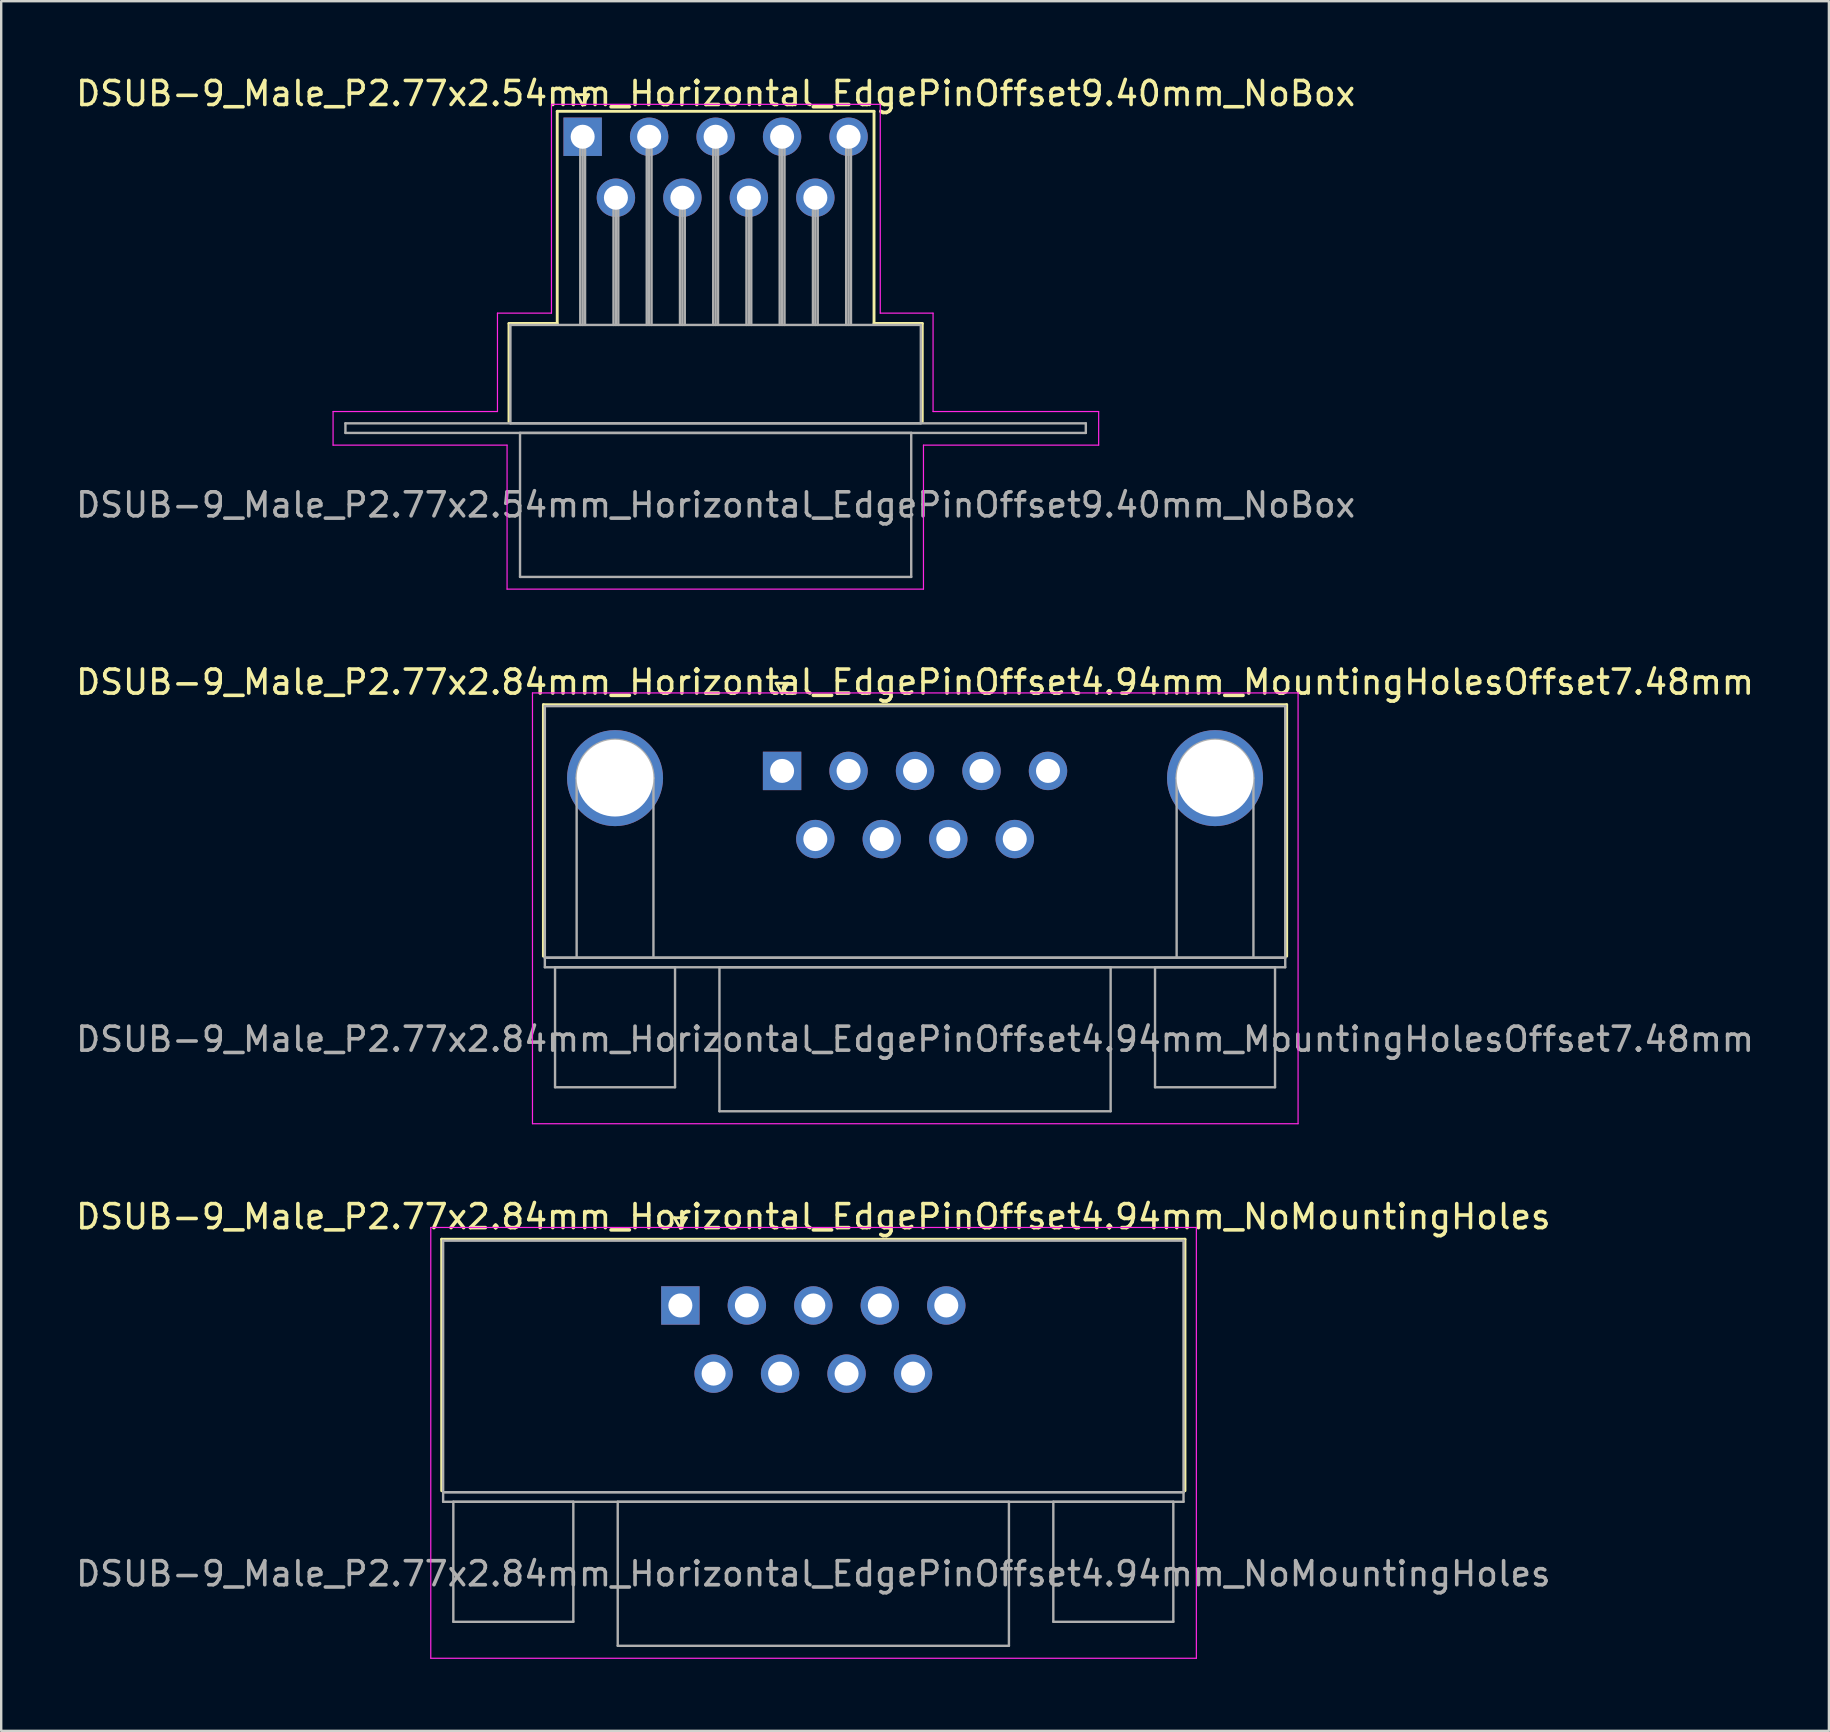
<source format=kicad_pcb>
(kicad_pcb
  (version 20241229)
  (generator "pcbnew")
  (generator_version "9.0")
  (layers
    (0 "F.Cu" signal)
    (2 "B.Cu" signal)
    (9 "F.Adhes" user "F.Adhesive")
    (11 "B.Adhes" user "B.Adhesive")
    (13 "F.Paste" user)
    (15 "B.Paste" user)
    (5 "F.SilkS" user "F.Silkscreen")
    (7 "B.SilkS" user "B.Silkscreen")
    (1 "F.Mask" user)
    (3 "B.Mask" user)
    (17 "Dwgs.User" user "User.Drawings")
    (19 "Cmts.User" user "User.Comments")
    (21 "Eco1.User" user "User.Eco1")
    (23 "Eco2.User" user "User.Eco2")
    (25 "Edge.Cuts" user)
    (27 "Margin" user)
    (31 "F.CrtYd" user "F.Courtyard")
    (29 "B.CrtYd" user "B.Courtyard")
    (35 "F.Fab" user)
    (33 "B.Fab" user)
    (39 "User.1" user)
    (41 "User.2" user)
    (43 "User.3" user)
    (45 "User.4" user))
  (footprint "DSUB-9_Male_P2.77x2.84mm_Horizontal_EdgePinOffset4.94mm_NoMountingHoles"
    (layer "F.Cu")
    (at 25.299 51.345)
    (property "Reference" "DSUB-9_Male_P2.77x2.84mm_Horizontal_EdgePinOffset4.94mm_NoMountingHoles" (at 5.54 -3.7 0) (layer "F.SilkS") (effects (font (size 1 1) (thickness 0.15))))
    (attr through_hole)
    (fp_line (start -9.945 -2.76) (end 21.025 -2.76) (stroke (width 0.12) (type solid)) (layer "F.SilkS"))
    (fp_line (start -9.945 7.72) (end -9.945 -2.76) (stroke (width 0.12) (type solid)) (layer "F.SilkS"))
    (fp_line (start -0.25 -3.654) (end 0.25 -3.654) (stroke (width 0.12) (type solid)) (layer "F.SilkS"))
    (fp_line (start 0 -3.221) (end -0.25 -3.654) (stroke (width 0.12) (type solid)) (layer "F.SilkS"))
    (fp_line (start 0.25 -3.654) (end 0 -3.221) (stroke (width 0.12) (type solid)) (layer "F.SilkS"))
    (fp_line (start 21.025 -2.76) (end 21.025 7.72) (stroke (width 0.12) (type solid)) (layer "F.SilkS"))
    (fp_line (start -10.4 -3.25) (end -10.4 14.7) (stroke (width 0.05) (type solid)) (layer "F.CrtYd"))
    (fp_line (start -10.4 14.7) (end 21.5 14.7) (stroke (width 0.05) (type solid)) (layer "F.CrtYd"))
    (fp_line (start 21.5 -3.25) (end -10.4 -3.25) (stroke (width 0.05) (type solid)) (layer "F.CrtYd"))
    (fp_line (start 21.5 14.7) (end 21.5 -3.25) (stroke (width 0.05) (type solid)) (layer "F.CrtYd"))
    (fp_line (start -9.885 -2.7) (end -9.885 7.78) (stroke (width 0.1) (type solid)) (layer "F.Fab"))
    (fp_line (start -9.885 7.78) (end -9.885 8.18) (stroke (width 0.1) (type solid)) (layer "F.Fab"))
    (fp_line (start -9.885 7.78) (end 20.965 7.78) (stroke (width 0.1) (type solid)) (layer "F.Fab"))
    (fp_line (start -9.885 8.18) (end 20.965 8.18) (stroke (width 0.1) (type solid)) (layer "F.Fab"))
    (fp_line (start -9.46 8.18) (end -9.46 13.18) (stroke (width 0.1) (type solid)) (layer "F.Fab"))
    (fp_line (start -9.46 13.18) (end -4.46 13.18) (stroke (width 0.1) (type solid)) (layer "F.Fab"))
    (fp_line (start -4.46 8.18) (end -9.46 8.18) (stroke (width 0.1) (type solid)) (layer "F.Fab"))
    (fp_line (start -4.46 13.18) (end -4.46 8.18) (stroke (width 0.1) (type solid)) (layer "F.Fab"))
    (fp_line (start -2.61 8.18) (end -2.61 14.18) (stroke (width 0.1) (type solid)) (layer "F.Fab"))
    (fp_line (start -2.61 14.18) (end 13.69 14.18) (stroke (width 0.1) (type solid)) (layer "F.Fab"))
    (fp_line (start 13.69 8.18) (end -2.61 8.18) (stroke (width 0.1) (type solid)) (layer "F.Fab"))
    (fp_line (start 13.69 14.18) (end 13.69 8.18) (stroke (width 0.1) (type solid)) (layer "F.Fab"))
    (fp_line (start 15.54 8.18) (end 15.54 13.18) (stroke (width 0.1) (type solid)) (layer "F.Fab"))
    (fp_line (start 15.54 13.18) (end 20.54 13.18) (stroke (width 0.1) (type solid)) (layer "F.Fab"))
    (fp_line (start 20.54 8.18) (end 15.54 8.18) (stroke (width 0.1) (type solid)) (layer "F.Fab"))
    (fp_line (start 20.54 13.18) (end 20.54 8.18) (stroke (width 0.1) (type solid)) (layer "F.Fab"))
    (fp_line (start 20.965 -2.7) (end -9.885 -2.7) (stroke (width 0.1) (type solid)) (layer "F.Fab"))
    (fp_line (start 20.965 7.78) (end -9.885 7.78) (stroke (width 0.1) (type solid)) (layer "F.Fab"))
    (fp_line (start 20.965 7.78) (end 20.965 -2.7) (stroke (width 0.1) (type solid)) (layer "F.Fab"))
    (fp_line (start 20.965 8.18) (end 20.965 7.78) (stroke (width 0.1) (type solid)) (layer "F.Fab"))
    (fp_text user "${REFERENCE}" (at 5.54 11.18 0) (layer "F.Fab") (effects (font (size 1 1) (thickness 0.15))))
    (pad "1" thru_hole rect (at 0 0) (size 1.6 1.6) (drill 1) (layers "*.Cu" "*.Mask"))
    (pad "2" thru_hole circle (at 2.77 0) (size 1.6 1.6) (drill 1) (layers "*.Cu" "*.Mask"))
    (pad "3" thru_hole circle (at 5.54 0) (size 1.6 1.6) (drill 1) (layers "*.Cu" "*.Mask"))
    (pad "4" thru_hole circle (at 8.31 0) (size 1.6 1.6) (drill 1) (layers "*.Cu" "*.Mask"))
    (pad "5" thru_hole circle (at 11.08 0) (size 1.6 1.6) (drill 1) (layers "*.Cu" "*.Mask"))
    (pad "6" thru_hole circle (at 1.385 2.84) (size 1.6 1.6) (drill 1) (layers "*.Cu" "*.Mask"))
    (pad "7" thru_hole circle (at 4.155 2.84) (size 1.6 1.6) (drill 1) (layers "*.Cu" "*.Mask"))
    (pad "8" thru_hole circle (at 6.925 2.84) (size 1.6 1.6) (drill 1) (layers "*.Cu" "*.Mask"))
    (pad "9" thru_hole circle (at 9.695 2.84) (size 1.6 1.6) (drill 1) (layers "*.Cu" "*.Mask")))
  (footprint "DSUB-9_Male_P2.77x2.54mm_Horizontal_EdgePinOffset9.40mm_NoBox"
    (layer "F.Cu")
    (at 21.228 2.648)
    (property "Reference" "DSUB-9_Male_P2.77x2.54mm_Horizontal_EdgePinOffset9.40mm_NoBox" (at 5.54 -1.8 0) (layer "F.SilkS") (effects (font (size 1 1) (thickness 0.15))))
    (attr through_hole)
    (fp_line (start -3.07 7.78) (end -1.06 7.78) (stroke (width 0.12) (type solid)) (layer "F.SilkS"))
    (fp_line (start -3.07 11.88) (end -3.07 7.78) (stroke (width 0.12) (type solid)) (layer "F.SilkS"))
    (fp_line (start -1.06 -1.06) (end 12.14 -1.06) (stroke (width 0.12) (type solid)) (layer "F.SilkS"))
    (fp_line (start -1.06 7.78) (end -1.06 -1.06) (stroke (width 0.12) (type solid)) (layer "F.SilkS"))
    (fp_line (start -0.25 -1.754) (end 0.25 -1.754) (stroke (width 0.12) (type solid)) (layer "F.SilkS"))
    (fp_line (start 0 -1.321) (end -0.25 -1.754) (stroke (width 0.12) (type solid)) (layer "F.SilkS"))
    (fp_line (start 0.25 -1.754) (end 0 -1.321) (stroke (width 0.12) (type solid)) (layer "F.SilkS"))
    (fp_line (start 12.14 -1.06) (end 12.14 7.78) (stroke (width 0.12) (type solid)) (layer "F.SilkS"))
    (fp_line (start 12.14 7.78) (end 14.15 7.78) (stroke (width 0.12) (type solid)) (layer "F.SilkS"))
    (fp_line (start 14.15 7.78) (end 14.15 11.88) (stroke (width 0.12) (type solid)) (layer "F.SilkS"))
    (fp_line (start -10.4 11.45) (end -3.55 11.45) (stroke (width 0.05) (type solid)) (layer "F.CrtYd"))
    (fp_line (start -10.4 12.85) (end -10.4 11.45) (stroke (width 0.05) (type solid)) (layer "F.CrtYd"))
    (fp_line (start -3.55 7.35) (end -1.3 7.35) (stroke (width 0.05) (type solid)) (layer "F.CrtYd"))
    (fp_line (start -3.55 11.45) (end -3.55 7.35) (stroke (width 0.05) (type solid)) (layer "F.CrtYd"))
    (fp_line (start -3.15 12.85) (end -10.4 12.85) (stroke (width 0.05) (type solid)) (layer "F.CrtYd"))
    (fp_line (start -3.15 18.85) (end -3.15 12.85) (stroke (width 0.05) (type solid)) (layer "F.CrtYd"))
    (fp_line (start -1.3 -1.35) (end 12.4 -1.35) (stroke (width 0.05) (type solid)) (layer "F.CrtYd"))
    (fp_line (start -1.3 7.35) (end -1.3 -1.35) (stroke (width 0.05) (type solid)) (layer "F.CrtYd"))
    (fp_line (start 12.4 -1.35) (end 12.4 7.35) (stroke (width 0.05) (type solid)) (layer "F.CrtYd"))
    (fp_line (start 12.4 7.35) (end 14.6 7.35) (stroke (width 0.05) (type solid)) (layer "F.CrtYd"))
    (fp_line (start 14.2 12.85) (end 14.2 18.85) (stroke (width 0.05) (type solid)) (layer "F.CrtYd"))
    (fp_line (start 14.2 18.85) (end -3.15 18.85) (stroke (width 0.05) (type solid)) (layer "F.CrtYd"))
    (fp_line (start 14.6 7.35) (end 14.6 11.45) (stroke (width 0.05) (type solid)) (layer "F.CrtYd"))
    (fp_line (start 14.6 11.45) (end 21.5 11.45) (stroke (width 0.05) (type solid)) (layer "F.CrtYd"))
    (fp_line (start 21.5 11.45) (end 21.5 12.85) (stroke (width 0.05) (type solid)) (layer "F.CrtYd"))
    (fp_line (start 21.5 12.85) (end 14.2 12.85) (stroke (width 0.05) (type solid)) (layer "F.CrtYd"))
    (fp_line (start -9.885 11.94) (end -9.885 12.34) (stroke (width 0.1) (type solid)) (layer "F.Fab"))
    (fp_line (start -9.885 12.34) (end 20.965 12.34) (stroke (width 0.1) (type solid)) (layer "F.Fab"))
    (fp_line (start -3.01 7.84) (end -3.01 11.94) (stroke (width 0.1) (type solid)) (layer "F.Fab"))
    (fp_line (start -3.01 11.94) (end 14.09 11.94) (stroke (width 0.1) (type solid)) (layer "F.Fab"))
    (fp_line (start -2.61 12.34) (end -2.61 18.34) (stroke (width 0.1) (type solid)) (layer "F.Fab"))
    (fp_line (start -2.61 18.34) (end 13.69 18.34) (stroke (width 0.1) (type solid)) (layer "F.Fab"))
    (fp_line (start -0.1 0) (end -0.1 7.84) (stroke (width 0.1) (type solid)) (layer "F.Fab"))
    (fp_line (start 0 0) (end 0 7.84) (stroke (width 0.1) (type solid)) (layer "F.Fab"))
    (fp_line (start 0.1 0) (end 0.1 7.84) (stroke (width 0.1) (type solid)) (layer "F.Fab"))
    (fp_line (start 1.285 2.54) (end 1.285 7.84) (stroke (width 0.1) (type solid)) (layer "F.Fab"))
    (fp_line (start 1.385 2.54) (end 1.385 7.84) (stroke (width 0.1) (type solid)) (layer "F.Fab"))
    (fp_line (start 1.485 2.54) (end 1.485 7.84) (stroke (width 0.1) (type solid)) (layer "F.Fab"))
    (fp_line (start 2.67 0) (end 2.67 7.84) (stroke (width 0.1) (type solid)) (layer "F.Fab"))
    (fp_line (start 2.77 0) (end 2.77 7.84) (stroke (width 0.1) (type solid)) (layer "F.Fab"))
    (fp_line (start 2.87 0) (end 2.87 7.84) (stroke (width 0.1) (type solid)) (layer "F.Fab"))
    (fp_line (start 4.055 2.54) (end 4.055 7.84) (stroke (width 0.1) (type solid)) (layer "F.Fab"))
    (fp_line (start 4.155 2.54) (end 4.155 7.84) (stroke (width 0.1) (type solid)) (layer "F.Fab"))
    (fp_line (start 4.255 2.54) (end 4.255 7.84) (stroke (width 0.1) (type solid)) (layer "F.Fab"))
    (fp_line (start 5.44 0) (end 5.44 7.84) (stroke (width 0.1) (type solid)) (layer "F.Fab"))
    (fp_line (start 5.54 0) (end 5.54 7.84) (stroke (width 0.1) (type solid)) (layer "F.Fab"))
    (fp_line (start 5.64 0) (end 5.64 7.84) (stroke (width 0.1) (type solid)) (layer "F.Fab"))
    (fp_line (start 6.825 2.54) (end 6.825 7.84) (stroke (width 0.1) (type solid)) (layer "F.Fab"))
    (fp_line (start 6.925 2.54) (end 6.925 7.84) (stroke (width 0.1) (type solid)) (layer "F.Fab"))
    (fp_line (start 7.025 2.54) (end 7.025 7.84) (stroke (width 0.1) (type solid)) (layer "F.Fab"))
    (fp_line (start 8.21 0) (end 8.21 7.84) (stroke (width 0.1) (type solid)) (layer "F.Fab"))
    (fp_line (start 8.31 0) (end 8.31 7.84) (stroke (width 0.1) (type solid)) (layer "F.Fab"))
    (fp_line (start 8.41 0) (end 8.41 7.84) (stroke (width 0.1) (type solid)) (layer "F.Fab"))
    (fp_line (start 9.595 2.54) (end 9.595 7.84) (stroke (width 0.1) (type solid)) (layer "F.Fab"))
    (fp_line (start 9.695 2.54) (end 9.695 7.84) (stroke (width 0.1) (type solid)) (layer "F.Fab"))
    (fp_line (start 9.795 2.54) (end 9.795 7.84) (stroke (width 0.1) (type solid)) (layer "F.Fab"))
    (fp_line (start 10.98 0) (end 10.98 7.84) (stroke (width 0.1) (type solid)) (layer "F.Fab"))
    (fp_line (start 11.08 0) (end 11.08 7.84) (stroke (width 0.1) (type solid)) (layer "F.Fab"))
    (fp_line (start 11.18 0) (end 11.18 7.84) (stroke (width 0.1) (type solid)) (layer "F.Fab"))
    (fp_line (start 13.69 12.34) (end -2.61 12.34) (stroke (width 0.1) (type solid)) (layer "F.Fab"))
    (fp_line (start 13.69 18.34) (end 13.69 12.34) (stroke (width 0.1) (type solid)) (layer "F.Fab"))
    (fp_line (start 14.09 7.84) (end -3.01 7.84) (stroke (width 0.1) (type solid)) (layer "F.Fab"))
    (fp_line (start 14.09 11.94) (end 14.09 7.84) (stroke (width 0.1) (type solid)) (layer "F.Fab"))
    (fp_line (start 20.965 11.94) (end -9.885 11.94) (stroke (width 0.1) (type solid)) (layer "F.Fab"))
    (fp_line (start 20.965 12.34) (end 20.965 11.94) (stroke (width 0.1) (type solid)) (layer "F.Fab"))
    (fp_text user "${REFERENCE}" (at 5.54 15.34 0) (layer "F.Fab") (effects (font (size 1 1) (thickness 0.15))))
    (pad "1" thru_hole rect (at 0 0) (size 1.6 1.6) (drill 1) (layers "*.Cu" "*.Mask"))
    (pad "2" thru_hole circle (at 2.77 0) (size 1.6 1.6) (drill 1) (layers "*.Cu" "*.Mask"))
    (pad "3" thru_hole circle (at 5.54 0) (size 1.6 1.6) (drill 1) (layers "*.Cu" "*.Mask"))
    (pad "4" thru_hole circle (at 8.31 0) (size 1.6 1.6) (drill 1) (layers "*.Cu" "*.Mask"))
    (pad "5" thru_hole circle (at 11.08 0) (size 1.6 1.6) (drill 1) (layers "*.Cu" "*.Mask"))
    (pad "6" thru_hole circle (at 1.385 2.54) (size 1.6 1.6) (drill 1) (layers "*.Cu" "*.Mask"))
    (pad "7" thru_hole circle (at 4.155 2.54) (size 1.6 1.6) (drill 1) (layers "*.Cu" "*.Mask"))
    (pad "8" thru_hole circle (at 6.925 2.54) (size 1.6 1.6) (drill 1) (layers "*.Cu" "*.Mask"))
    (pad "9" thru_hole circle (at 9.695 2.54) (size 1.6 1.6) (drill 1) (layers "*.Cu" "*.Mask")))
  (footprint "DSUB-9_Male_P2.77x2.84mm_Horizontal_EdgePinOffset4.94mm_MountingHolesOffset7.48mm"
    (layer "F.Cu")
    (at 29.537 29.072)
    (property "Reference" "DSUB-9_Male_P2.77x2.84mm_Horizontal_EdgePinOffset4.94mm_MountingHolesOffset7.48mm" (at 5.54 -3.7 0) (layer "F.SilkS") (effects (font (size 1 1) (thickness 0.15))))
    (attr through_hole)
    (fp_line (start -9.945 -2.76) (end 21.025 -2.76) (stroke (width 0.12) (type solid)) (layer "F.SilkS"))
    (fp_line (start -9.945 7.72) (end -9.945 -2.76) (stroke (width 0.12) (type solid)) (layer "F.SilkS"))
    (fp_line (start -0.25 -3.654) (end 0.25 -3.654) (stroke (width 0.12) (type solid)) (layer "F.SilkS"))
    (fp_line (start 0 -3.221) (end -0.25 -3.654) (stroke (width 0.12) (type solid)) (layer "F.SilkS"))
    (fp_line (start 0.25 -3.654) (end 0 -3.221) (stroke (width 0.12) (type solid)) (layer "F.SilkS"))
    (fp_line (start 21.025 -2.76) (end 21.025 7.72) (stroke (width 0.12) (type solid)) (layer "F.SilkS"))
    (fp_line (start -10.4 -3.25) (end -10.4 14.7) (stroke (width 0.05) (type solid)) (layer "F.CrtYd"))
    (fp_line (start -10.4 14.7) (end 21.5 14.7) (stroke (width 0.05) (type solid)) (layer "F.CrtYd"))
    (fp_line (start 21.5 -3.25) (end -10.4 -3.25) (stroke (width 0.05) (type solid)) (layer "F.CrtYd"))
    (fp_line (start 21.5 14.7) (end 21.5 -3.25) (stroke (width 0.05) (type solid)) (layer "F.CrtYd"))
    (fp_line (start -9.885 -2.7) (end -9.885 7.78) (stroke (width 0.1) (type solid)) (layer "F.Fab"))
    (fp_line (start -9.885 7.78) (end -9.885 8.18) (stroke (width 0.1) (type solid)) (layer "F.Fab"))
    (fp_line (start -9.885 7.78) (end 20.965 7.78) (stroke (width 0.1) (type solid)) (layer "F.Fab"))
    (fp_line (start -9.885 8.18) (end 20.965 8.18) (stroke (width 0.1) (type solid)) (layer "F.Fab"))
    (fp_line (start -9.46 8.18) (end -9.46 13.18) (stroke (width 0.1) (type solid)) (layer "F.Fab"))
    (fp_line (start -9.46 13.18) (end -4.46 13.18) (stroke (width 0.1) (type solid)) (layer "F.Fab"))
    (fp_line (start -8.56 7.78) (end -8.56 0.3) (stroke (width 0.1) (type solid)) (layer "F.Fab"))
    (fp_line (start -5.36 7.78) (end -5.36 0.3) (stroke (width 0.1) (type solid)) (layer "F.Fab"))
    (fp_line (start -4.46 8.18) (end -9.46 8.18) (stroke (width 0.1) (type solid)) (layer "F.Fab"))
    (fp_line (start -4.46 13.18) (end -4.46 8.18) (stroke (width 0.1) (type solid)) (layer "F.Fab"))
    (fp_line (start -2.61 8.18) (end -2.61 14.18) (stroke (width 0.1) (type solid)) (layer "F.Fab"))
    (fp_line (start -2.61 14.18) (end 13.69 14.18) (stroke (width 0.1) (type solid)) (layer "F.Fab"))
    (fp_line (start 13.69 8.18) (end -2.61 8.18) (stroke (width 0.1) (type solid)) (layer "F.Fab"))
    (fp_line (start 13.69 14.18) (end 13.69 8.18) (stroke (width 0.1) (type solid)) (layer "F.Fab"))
    (fp_line (start 15.54 8.18) (end 15.54 13.18) (stroke (width 0.1) (type solid)) (layer "F.Fab"))
    (fp_line (start 15.54 13.18) (end 20.54 13.18) (stroke (width 0.1) (type solid)) (layer "F.Fab"))
    (fp_line (start 16.44 7.78) (end 16.44 0.3) (stroke (width 0.1) (type solid)) (layer "F.Fab"))
    (fp_line (start 19.64 7.78) (end 19.64 0.3) (stroke (width 0.1) (type solid)) (layer "F.Fab"))
    (fp_line (start 20.54 8.18) (end 15.54 8.18) (stroke (width 0.1) (type solid)) (layer "F.Fab"))
    (fp_line (start 20.54 13.18) (end 20.54 8.18) (stroke (width 0.1) (type solid)) (layer "F.Fab"))
    (fp_line (start 20.965 -2.7) (end -9.885 -2.7) (stroke (width 0.1) (type solid)) (layer "F.Fab"))
    (fp_line (start 20.965 7.78) (end -9.885 7.78) (stroke (width 0.1) (type solid)) (layer "F.Fab"))
    (fp_line (start 20.965 7.78) (end 20.965 -2.7) (stroke (width 0.1) (type solid)) (layer "F.Fab"))
    (fp_line (start 20.965 8.18) (end 20.965 7.78) (stroke (width 0.1) (type solid)) (layer "F.Fab"))
    (fp_arc (start -8.56 0.3) (mid -6.96 -1.3) (end -5.36 0.3) (stroke (width 0.1) (type solid)) (layer "F.Fab"))
    (fp_arc (start 16.44 0.3) (mid 18.04 -1.3) (end 19.64 0.3) (stroke (width 0.1) (type solid)) (layer "F.Fab"))
    (fp_text user "${REFERENCE}" (at 5.54 11.18 0) (layer "F.Fab") (effects (font (size 1 1) (thickness 0.15))))
    (pad "0" thru_hole circle (at -6.96 0.3) (size 4 4) (drill 3.2) (layers "*.Cu" "*.Mask"))
    (pad "0" thru_hole circle (at 18.04 0.3) (size 4 4) (drill 3.2) (layers "*.Cu" "*.Mask"))
    (pad "1" thru_hole rect (at 0 0) (size 1.6 1.6) (drill 1) (layers "*.Cu" "*.Mask"))
    (pad "2" thru_hole circle (at 2.77 0) (size 1.6 1.6) (drill 1) (layers "*.Cu" "*.Mask"))
    (pad "3" thru_hole circle (at 5.54 0) (size 1.6 1.6) (drill 1) (layers "*.Cu" "*.Mask"))
    (pad "4" thru_hole circle (at 8.31 0) (size 1.6 1.6) (drill 1) (layers "*.Cu" "*.Mask"))
    (pad "5" thru_hole circle (at 11.08 0) (size 1.6 1.6) (drill 1) (layers "*.Cu" "*.Mask"))
    (pad "6" thru_hole circle (at 1.385 2.84) (size 1.6 1.6) (drill 1) (layers "*.Cu" "*.Mask"))
    (pad "7" thru_hole circle (at 4.155 2.84) (size 1.6 1.6) (drill 1) (layers "*.Cu" "*.Mask"))
    (pad "8" thru_hole circle (at 6.925 2.84) (size 1.6 1.6) (drill 1) (layers "*.Cu" "*.Mask"))
    (pad "9" thru_hole circle (at 9.695 2.84) (size 1.6 1.6) (drill 1) (layers "*.Cu" "*.Mask")))
  (gr_rect
    (start -3 -3)
    (end 73.155 69.07)
    (stroke (width 0.1) (type default))
    (fill no)
    (layer "Edge.Cuts")))
</source>
